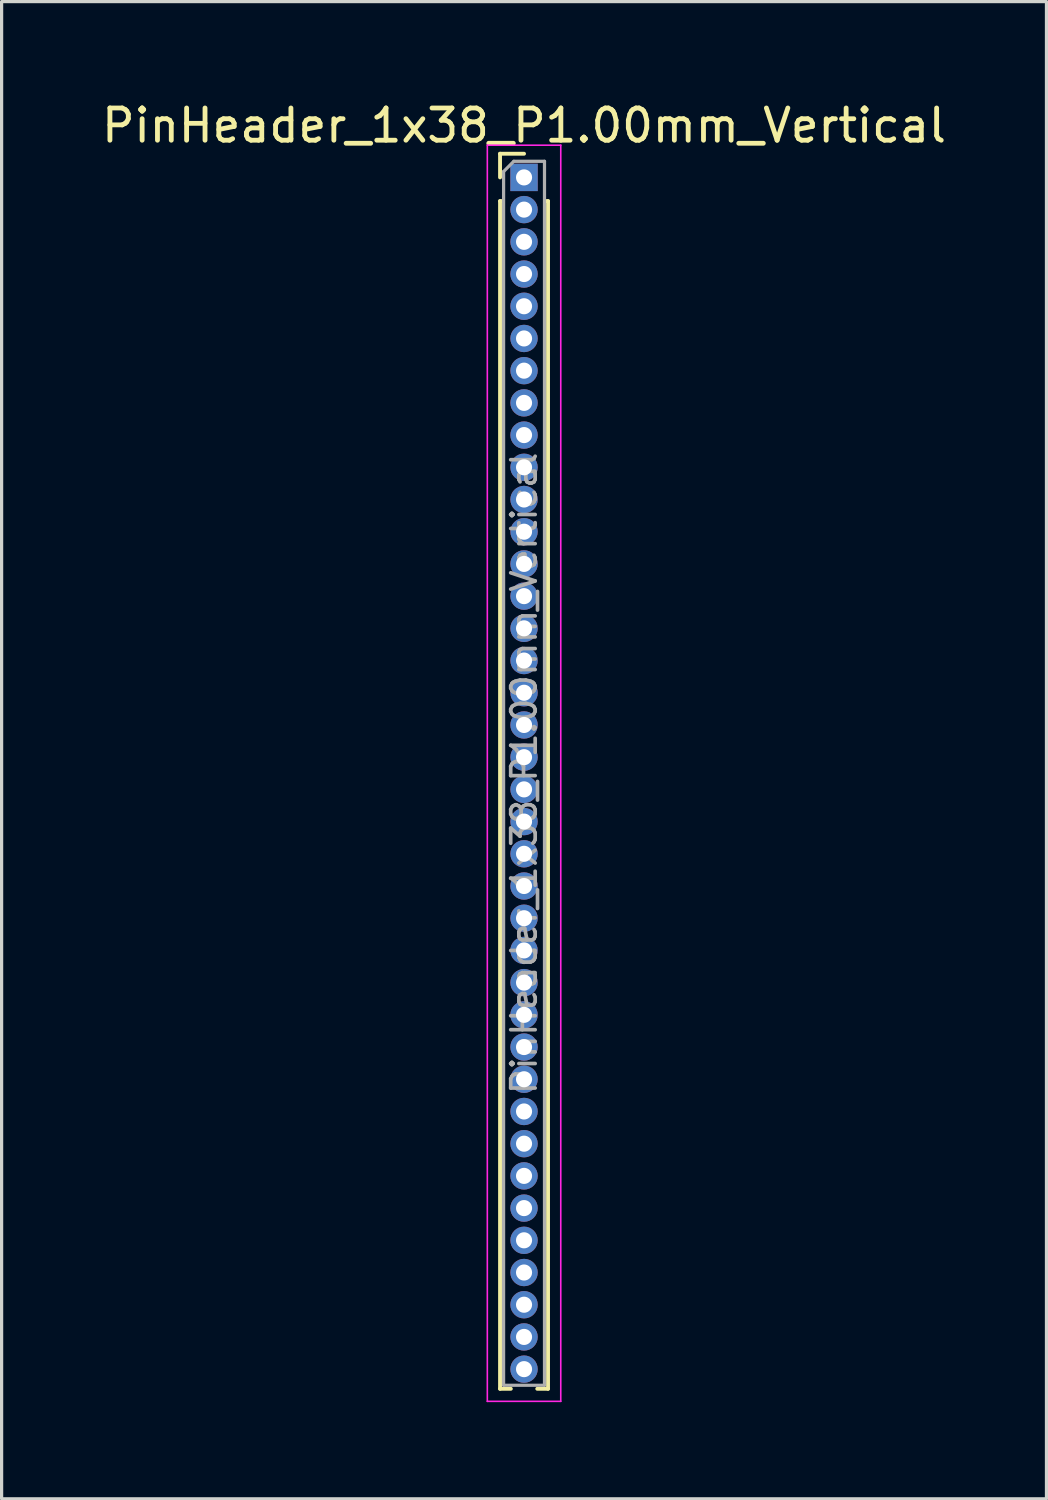
<source format=kicad_pcb>
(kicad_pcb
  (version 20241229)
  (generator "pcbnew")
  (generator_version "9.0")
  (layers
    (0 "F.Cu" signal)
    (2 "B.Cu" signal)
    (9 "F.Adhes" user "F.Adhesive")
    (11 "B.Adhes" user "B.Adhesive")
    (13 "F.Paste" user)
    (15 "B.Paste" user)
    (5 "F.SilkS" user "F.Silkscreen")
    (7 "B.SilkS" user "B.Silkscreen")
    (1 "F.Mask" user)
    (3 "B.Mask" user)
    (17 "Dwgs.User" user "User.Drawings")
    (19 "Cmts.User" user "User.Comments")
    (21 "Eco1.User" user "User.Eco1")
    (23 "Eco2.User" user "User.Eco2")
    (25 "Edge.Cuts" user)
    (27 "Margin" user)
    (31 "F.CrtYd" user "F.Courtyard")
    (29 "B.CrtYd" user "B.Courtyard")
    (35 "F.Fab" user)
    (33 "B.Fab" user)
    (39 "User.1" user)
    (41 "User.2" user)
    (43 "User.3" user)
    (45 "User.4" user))
  (footprint "PinHeader_1x38_P1.00mm_Vertical"
    (layer "F.Cu")
    (at 13.22 2.458)
    (property "Reference" "PinHeader_1x38_P1.00mm_Vertical" (at 0 -1.61 0) (layer "F.SilkS") (effects (font (size 1 1) (thickness 0.15))))
    (attr through_hole)
    (fp_line (start -0.745 -0.735) (end 0 -0.735) (stroke (width 0.12) (type solid)) (layer "F.SilkS"))
    (fp_line (start -0.745 0) (end -0.745 -0.735) (stroke (width 0.12) (type solid)) (layer "F.SilkS"))
    (fp_line (start -0.745 0.735) (end -0.745 37.61) (stroke (width 0.12) (type solid)) (layer "F.SilkS"))
    (fp_line (start -0.745 0.735) (end -0.686 0.735) (stroke (width 0.12) (type solid)) (layer "F.SilkS"))
    (fp_line (start -0.745 37.61) (end -0.41 37.61) (stroke (width 0.12) (type solid)) (layer "F.SilkS"))
    (fp_line (start 0.41 37.61) (end 0.745 37.61) (stroke (width 0.12) (type solid)) (layer "F.SilkS"))
    (fp_line (start 0.686 0.735) (end 0.745 0.735) (stroke (width 0.12) (type solid)) (layer "F.SilkS"))
    (fp_line (start 0.745 0.735) (end 0.745 37.61) (stroke (width 0.12) (type solid)) (layer "F.SilkS"))
    (fp_line (start -1.14 -1) (end -1.14 38) (stroke (width 0.05) (type solid)) (layer "F.CrtYd"))
    (fp_line (start -1.14 38) (end 1.14 38) (stroke (width 0.05) (type solid)) (layer "F.CrtYd"))
    (fp_line (start 1.14 -1) (end -1.14 -1) (stroke (width 0.05) (type solid)) (layer "F.CrtYd"))
    (fp_line (start 1.14 38) (end 1.14 -1) (stroke (width 0.05) (type solid)) (layer "F.CrtYd"))
    (fp_line (start -0.635 -0.182) (end -0.318 -0.5) (stroke (width 0.1) (type solid)) (layer "F.Fab"))
    (fp_line (start -0.635 37.5) (end -0.635 -0.182) (stroke (width 0.1) (type solid)) (layer "F.Fab"))
    (fp_line (start -0.318 -0.5) (end 0.635 -0.5) (stroke (width 0.1) (type solid)) (layer "F.Fab"))
    (fp_line (start 0.635 -0.5) (end 0.635 37.5) (stroke (width 0.1) (type solid)) (layer "F.Fab"))
    (fp_line (start 0.635 37.5) (end -0.635 37.5) (stroke (width 0.1) (type solid)) (layer "F.Fab"))
    (fp_text user "${REFERENCE}" (at 0 18.5 90) (layer "F.Fab") (effects (font (size 0.76 0.76) (thickness 0.114))))
    (pad "1" thru_hole rect (at 0 0) (size 0.85 0.85) (drill 0.5) (layers "*.Cu" "*.Mask"))
    (pad "2" thru_hole circle (at 0 1) (size 0.85 0.85) (drill 0.5) (layers "*.Cu" "*.Mask"))
    (pad "3" thru_hole circle (at 0 2) (size 0.85 0.85) (drill 0.5) (layers "*.Cu" "*.Mask"))
    (pad "4" thru_hole circle (at 0 3) (size 0.85 0.85) (drill 0.5) (layers "*.Cu" "*.Mask"))
    (pad "5" thru_hole circle (at 0 4) (size 0.85 0.85) (drill 0.5) (layers "*.Cu" "*.Mask"))
    (pad "6" thru_hole circle (at 0 5) (size 0.85 0.85) (drill 0.5) (layers "*.Cu" "*.Mask"))
    (pad "7" thru_hole circle (at 0 6) (size 0.85 0.85) (drill 0.5) (layers "*.Cu" "*.Mask"))
    (pad "8" thru_hole circle (at 0 7) (size 0.85 0.85) (drill 0.5) (layers "*.Cu" "*.Mask"))
    (pad "9" thru_hole circle (at 0 8) (size 0.85 0.85) (drill 0.5) (layers "*.Cu" "*.Mask"))
    (pad "10" thru_hole circle (at 0 9) (size 0.85 0.85) (drill 0.5) (layers "*.Cu" "*.Mask"))
    (pad "11" thru_hole circle (at 0 10) (size 0.85 0.85) (drill 0.5) (layers "*.Cu" "*.Mask"))
    (pad "12" thru_hole circle (at 0 11) (size 0.85 0.85) (drill 0.5) (layers "*.Cu" "*.Mask"))
    (pad "13" thru_hole circle (at 0 12) (size 0.85 0.85) (drill 0.5) (layers "*.Cu" "*.Mask"))
    (pad "14" thru_hole circle (at 0 13) (size 0.85 0.85) (drill 0.5) (layers "*.Cu" "*.Mask"))
    (pad "15" thru_hole circle (at 0 14) (size 0.85 0.85) (drill 0.5) (layers "*.Cu" "*.Mask"))
    (pad "16" thru_hole circle (at 0 15) (size 0.85 0.85) (drill 0.5) (layers "*.Cu" "*.Mask"))
    (pad "17" thru_hole circle (at 0 16) (size 0.85 0.85) (drill 0.5) (layers "*.Cu" "*.Mask"))
    (pad "18" thru_hole circle (at 0 17) (size 0.85 0.85) (drill 0.5) (layers "*.Cu" "*.Mask"))
    (pad "19" thru_hole circle (at 0 18) (size 0.85 0.85) (drill 0.5) (layers "*.Cu" "*.Mask"))
    (pad "20" thru_hole circle (at 0 19) (size 0.85 0.85) (drill 0.5) (layers "*.Cu" "*.Mask"))
    (pad "21" thru_hole circle (at 0 20) (size 0.85 0.85) (drill 0.5) (layers "*.Cu" "*.Mask"))
    (pad "22" thru_hole circle (at 0 21) (size 0.85 0.85) (drill 0.5) (layers "*.Cu" "*.Mask"))
    (pad "23" thru_hole circle (at 0 22) (size 0.85 0.85) (drill 0.5) (layers "*.Cu" "*.Mask"))
    (pad "24" thru_hole circle (at 0 23) (size 0.85 0.85) (drill 0.5) (layers "*.Cu" "*.Mask"))
    (pad "25" thru_hole circle (at 0 24) (size 0.85 0.85) (drill 0.5) (layers "*.Cu" "*.Mask"))
    (pad "26" thru_hole circle (at 0 25) (size 0.85 0.85) (drill 0.5) (layers "*.Cu" "*.Mask"))
    (pad "27" thru_hole circle (at 0 26) (size 0.85 0.85) (drill 0.5) (layers "*.Cu" "*.Mask"))
    (pad "28" thru_hole circle (at 0 27) (size 0.85 0.85) (drill 0.5) (layers "*.Cu" "*.Mask"))
    (pad "29" thru_hole circle (at 0 28) (size 0.85 0.85) (drill 0.5) (layers "*.Cu" "*.Mask"))
    (pad "30" thru_hole circle (at 0 29) (size 0.85 0.85) (drill 0.5) (layers "*.Cu" "*.Mask"))
    (pad "31" thru_hole circle (at 0 30) (size 0.85 0.85) (drill 0.5) (layers "*.Cu" "*.Mask"))
    (pad "32" thru_hole circle (at 0 31) (size 0.85 0.85) (drill 0.5) (layers "*.Cu" "*.Mask"))
    (pad "33" thru_hole circle (at 0 32) (size 0.85 0.85) (drill 0.5) (layers "*.Cu" "*.Mask"))
    (pad "34" thru_hole circle (at 0 33) (size 0.85 0.85) (drill 0.5) (layers "*.Cu" "*.Mask"))
    (pad "35" thru_hole circle (at 0 34) (size 0.85 0.85) (drill 0.5) (layers "*.Cu" "*.Mask"))
    (pad "36" thru_hole circle (at 0 35) (size 0.85 0.85) (drill 0.5) (layers "*.Cu" "*.Mask"))
    (pad "37" thru_hole circle (at 0 36) (size 0.85 0.85) (drill 0.5) (layers "*.Cu" "*.Mask"))
    (pad "38" thru_hole circle (at 0 37) (size 0.85 0.85) (drill 0.5) (layers "*.Cu" "*.Mask")))
  (gr_rect
    (start -3 -3)
    (end 29.44 43.483)
    (stroke (width 0.1) (type default))
    (fill no)
    (layer "Edge.Cuts")))
</source>
